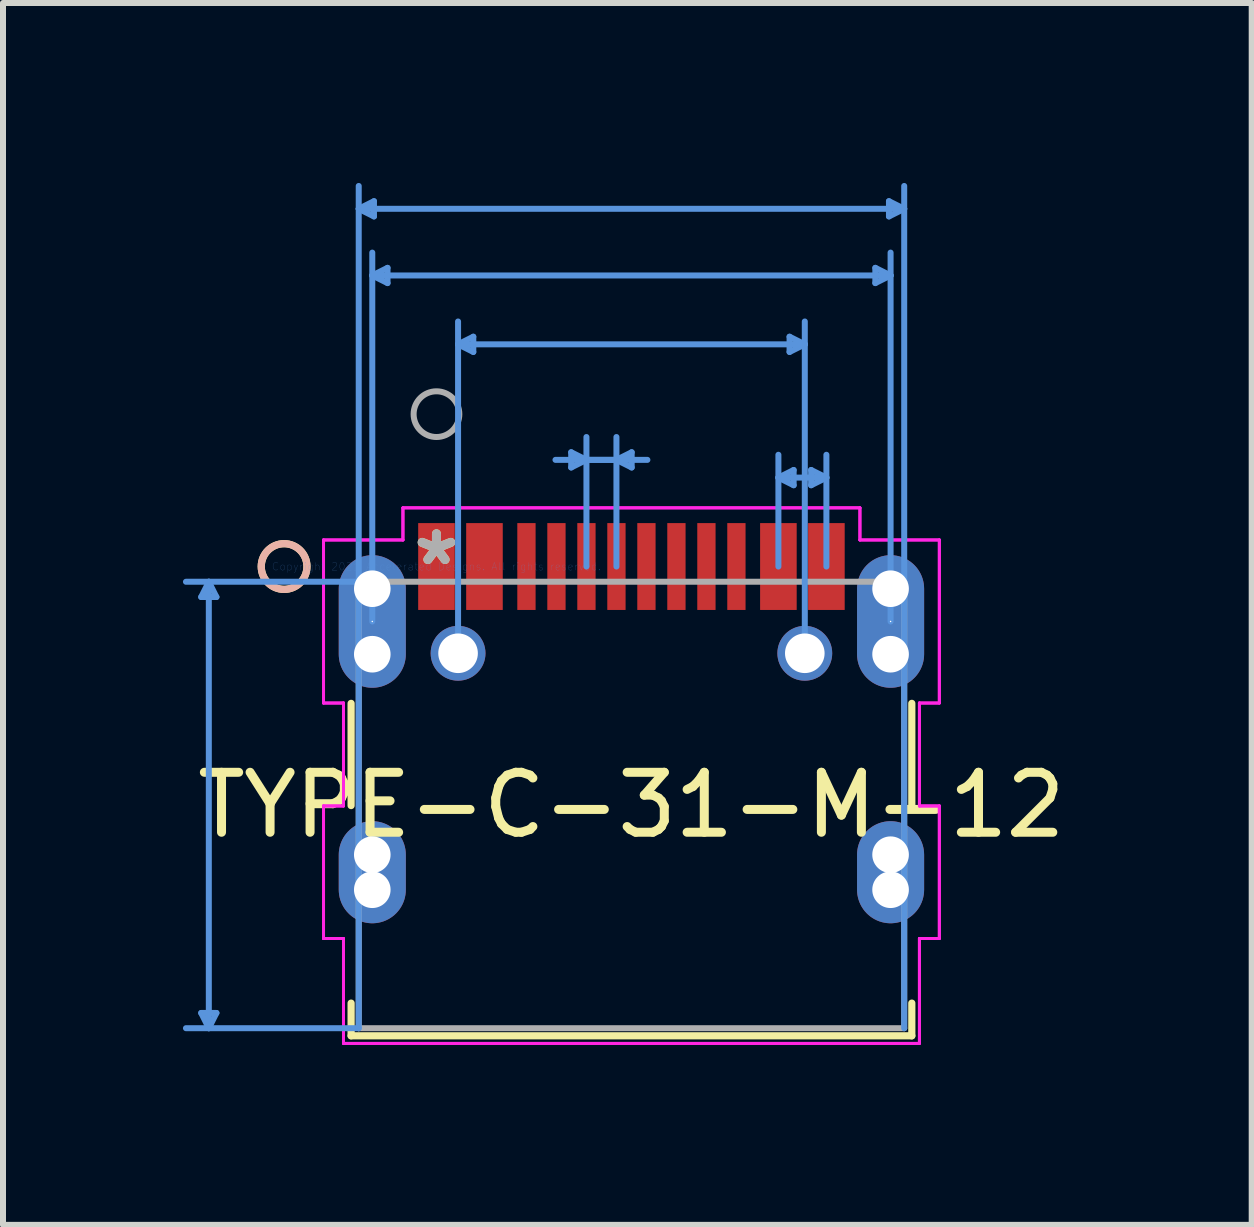
<source format=kicad_pcb>
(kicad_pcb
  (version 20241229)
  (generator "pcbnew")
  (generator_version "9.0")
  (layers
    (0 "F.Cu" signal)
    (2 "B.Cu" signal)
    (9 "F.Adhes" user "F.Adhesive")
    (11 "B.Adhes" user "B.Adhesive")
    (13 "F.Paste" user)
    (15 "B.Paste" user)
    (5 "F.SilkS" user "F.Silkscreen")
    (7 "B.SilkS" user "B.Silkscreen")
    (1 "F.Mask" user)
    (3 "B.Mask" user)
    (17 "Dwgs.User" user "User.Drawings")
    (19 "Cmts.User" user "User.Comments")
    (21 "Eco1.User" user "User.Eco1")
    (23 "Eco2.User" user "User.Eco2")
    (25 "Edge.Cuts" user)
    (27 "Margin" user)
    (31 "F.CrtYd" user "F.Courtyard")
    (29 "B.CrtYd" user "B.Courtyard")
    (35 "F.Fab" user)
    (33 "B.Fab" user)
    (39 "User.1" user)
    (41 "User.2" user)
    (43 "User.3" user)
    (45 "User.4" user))
  (footprint "TYPE-C-31-M-12"
    (layer "F.Cu")
    (at 4.226 6.394)
    (property "Reference" "TYPE-C-31-M-12" (at 3.25 3.975 0) (layer "F.SilkS") (effects (font (size 1 1) (thickness 0.15))))
    (attr through_hole)
    (fp_line (start -1.423 2.281) (end -1.423 3.985) (stroke (width 0.12) (type solid)) (layer "F.SilkS"))
    (fp_line (start -1.423 7.278) (end -1.423 7.823) (stroke (width 0.12) (type solid)) (layer "F.SilkS"))
    (fp_line (start -1.423 7.823) (end 7.924 7.823) (stroke (width 0.12) (type solid)) (layer "F.SilkS"))
    (fp_line (start 7.924 3.985) (end 7.924 2.281) (stroke (width 0.12) (type solid)) (layer "F.SilkS"))
    (fp_line (start 7.924 7.823) (end 7.924 7.278) (stroke (width 0.12) (type solid)) (layer "F.SilkS"))
    (fp_circle (center -2.54 0) (end -2.159 0) (stroke (width 0.12) (type solid)) (fill no) (layer "F.SilkS"))
    (fp_circle (center -2.54 0) (end -2.159 0) (stroke (width 0.12) (type solid)) (fill no) (layer "B.SilkS"))
    (fp_line (start -3.922 7.442) (end -3.795 7.696) (stroke (width 0.1) (type solid)) (layer "Cmts.User"))
    (fp_line (start -3.922 0.508) (end -3.795 0.254) (stroke (width 0.1) (type solid)) (layer "Cmts.User"))
    (fp_line (start -3.922 0.508) (end -3.668 0.508) (stroke (width 0.1) (type solid)) (layer "Cmts.User"))
    (fp_line (start -3.795 0.254) (end -3.795 7.696) (stroke (width 0.1) (type solid)) (layer "Cmts.User"))
    (fp_line (start -3.668 7.442) (end -3.922 7.442) (stroke (width 0.1) (type solid)) (layer "Cmts.User"))
    (fp_line (start -3.668 7.442) (end -3.795 7.696) (stroke (width 0.1) (type solid)) (layer "Cmts.User"))
    (fp_line (start -3.668 0.508) (end -3.795 0.254) (stroke (width 0.1) (type solid)) (layer "Cmts.User"))
    (fp_line (start -1.296 0.254) (end -4.176 0.254) (stroke (width 0.1) (type solid)) (layer "Cmts.User"))
    (fp_line (start -1.296 7.696) (end -4.176 7.696) (stroke (width 0.1) (type solid)) (layer "Cmts.User"))
    (fp_line (start -1.296 7.696) (end -1.296 -6.344) (stroke (width 0.1) (type solid)) (layer "Cmts.User"))
    (fp_line (start -1.07 0.916) (end -1.07 -5.233) (stroke (width 0.1) (type solid)) (layer "Cmts.User"))
    (fp_line (start -1.042 -5.836) (end -1.296 -5.963) (stroke (width 0.1) (type solid)) (layer "Cmts.User"))
    (fp_line (start -1.042 -5.836) (end -1.042 -6.09) (stroke (width 0.1) (type solid)) (layer "Cmts.User"))
    (fp_line (start -1.042 -6.09) (end -1.296 -5.963) (stroke (width 0.1) (type solid)) (layer "Cmts.User"))
    (fp_line (start -0.816 -4.725) (end -1.07 -4.852) (stroke (width 0.1) (type solid)) (layer "Cmts.User"))
    (fp_line (start -0.816 -4.725) (end -0.816 -4.979) (stroke (width 0.1) (type solid)) (layer "Cmts.User"))
    (fp_line (start -0.816 -4.979) (end -1.07 -4.852) (stroke (width 0.1) (type solid)) (layer "Cmts.User"))
    (fp_line (start 0.36 -3.704) (end 6.14 -3.704) (stroke (width 0.1) (type solid)) (layer "Cmts.User"))
    (fp_line (start 0.36 1.446) (end 0.36 -4.085) (stroke (width 0.1) (type solid)) (layer "Cmts.User"))
    (fp_line (start 0.614 -3.577) (end 0.36 -3.704) (stroke (width 0.1) (type solid)) (layer "Cmts.User"))
    (fp_line (start 0.614 -3.577) (end 0.614 -3.831) (stroke (width 0.1) (type solid)) (layer "Cmts.User"))
    (fp_line (start 0.614 -3.831) (end 0.36 -3.704) (stroke (width 0.1) (type solid)) (layer "Cmts.User"))
    (fp_line (start 1.984 -1.778) (end 3 -1.778) (stroke (width 0.1) (type solid)) (layer "Cmts.User"))
    (fp_line (start 2.246 -1.905) (end 2.246 -1.651) (stroke (width 0.1) (type solid)) (layer "Cmts.User"))
    (fp_line (start 2.246 -1.905) (end 2.5 -1.778) (stroke (width 0.1) (type solid)) (layer "Cmts.User"))
    (fp_line (start 2.246 -1.651) (end 2.5 -1.778) (stroke (width 0.1) (type solid)) (layer "Cmts.User"))
    (fp_line (start 2.5 0) (end 2.5 -2.159) (stroke (width 0.1) (type solid)) (layer "Cmts.User"))
    (fp_line (start 3 0) (end 3 -2.159) (stroke (width 0.1) (type solid)) (layer "Cmts.User"))
    (fp_line (start 3.254 -1.905) (end 3 -1.778) (stroke (width 0.1) (type solid)) (layer "Cmts.User"))
    (fp_line (start 3.254 -1.651) (end 3 -1.778) (stroke (width 0.1) (type solid)) (layer "Cmts.User"))
    (fp_line (start 3.254 -1.651) (end 3.254 -1.905) (stroke (width 0.1) (type solid)) (layer "Cmts.User"))
    (fp_line (start 3.516 -1.778) (end 2.5 -1.778) (stroke (width 0.1) (type solid)) (layer "Cmts.User"))
    (fp_line (start 5.7 0) (end 5.7 -1.863) (stroke (width 0.1) (type solid)) (layer "Cmts.User"))
    (fp_line (start 5.886 -3.831) (end 5.886 -3.577) (stroke (width 0.1) (type solid)) (layer "Cmts.User"))
    (fp_line (start 5.886 -3.831) (end 6.14 -3.704) (stroke (width 0.1) (type solid)) (layer "Cmts.User"))
    (fp_line (start 5.886 -3.577) (end 6.14 -3.704) (stroke (width 0.1) (type solid)) (layer "Cmts.User"))
    (fp_line (start 5.954 -1.609) (end 5.7 -1.482) (stroke (width 0.1) (type solid)) (layer "Cmts.User"))
    (fp_line (start 5.954 -1.355) (end 5.7 -1.482) (stroke (width 0.1) (type solid)) (layer "Cmts.User"))
    (fp_line (start 5.954 -1.355) (end 5.954 -1.609) (stroke (width 0.1) (type solid)) (layer "Cmts.User"))
    (fp_line (start 6.14 1.446) (end 6.14 -4.085) (stroke (width 0.1) (type solid)) (layer "Cmts.User"))
    (fp_line (start 6.246 -1.609) (end 6.246 -1.355) (stroke (width 0.1) (type solid)) (layer "Cmts.User"))
    (fp_line (start 6.246 -1.609) (end 6.5 -1.482) (stroke (width 0.1) (type solid)) (layer "Cmts.User"))
    (fp_line (start 6.246 -1.355) (end 6.5 -1.482) (stroke (width 0.1) (type solid)) (layer "Cmts.User"))
    (fp_line (start 6.5 -1.482) (end 5.7 -1.482) (stroke (width 0.1) (type solid)) (layer "Cmts.User"))
    (fp_line (start 6.5 0) (end 6.5 -1.863) (stroke (width 0.1) (type solid)) (layer "Cmts.User"))
    (fp_line (start 7.316 -4.979) (end 7.316 -4.725) (stroke (width 0.1) (type solid)) (layer "Cmts.User"))
    (fp_line (start 7.316 -4.979) (end 7.57 -4.852) (stroke (width 0.1) (type solid)) (layer "Cmts.User"))
    (fp_line (start 7.316 -4.725) (end 7.57 -4.852) (stroke (width 0.1) (type solid)) (layer "Cmts.User"))
    (fp_line (start 7.543 -6.09) (end 7.543 -5.836) (stroke (width 0.1) (type solid)) (layer "Cmts.User"))
    (fp_line (start 7.543 -6.09) (end 7.797 -5.963) (stroke (width 0.1) (type solid)) (layer "Cmts.User"))
    (fp_line (start 7.543 -5.836) (end 7.797 -5.963) (stroke (width 0.1) (type solid)) (layer "Cmts.User"))
    (fp_line (start 7.57 -4.852) (end -1.07 -4.852) (stroke (width 0.1) (type solid)) (layer "Cmts.User"))
    (fp_line (start 7.57 0.916) (end 7.57 -5.233) (stroke (width 0.1) (type solid)) (layer "Cmts.User"))
    (fp_line (start 7.797 -5.963) (end -1.296 -5.963) (stroke (width 0.1) (type solid)) (layer "Cmts.User"))
    (fp_line (start 7.797 7.696) (end 7.797 -6.344) (stroke (width 0.1) (type solid)) (layer "Cmts.User"))
    (fp_line (start -1.883 -0.443) (end -1.883 2.275) (stroke (width 0.05) (type solid)) (layer "F.CrtYd"))
    (fp_line (start -1.883 -0.443) (end -1.883 2.275) (stroke (width 0.05) (type solid)) (layer "F.CrtYd"))
    (fp_line (start -1.883 2.275) (end -1.55 2.275) (stroke (width 0.05) (type solid)) (layer "F.CrtYd"))
    (fp_line (start -1.883 2.275) (end -1.55 2.275) (stroke (width 0.05) (type solid)) (layer "F.CrtYd"))
    (fp_line (start -1.883 3.991) (end -1.883 6.201) (stroke (width 0.05) (type solid)) (layer "F.CrtYd"))
    (fp_line (start -1.883 3.991) (end -1.883 6.201) (stroke (width 0.05) (type solid)) (layer "F.CrtYd"))
    (fp_line (start -1.883 6.201) (end -1.55 6.201) (stroke (width 0.05) (type solid)) (layer "F.CrtYd"))
    (fp_line (start -1.883 6.201) (end -1.55 6.201) (stroke (width 0.05) (type solid)) (layer "F.CrtYd"))
    (fp_line (start -1.55 2.275) (end -1.55 3.991) (stroke (width 0.05) (type solid)) (layer "F.CrtYd"))
    (fp_line (start -1.55 2.275) (end -1.55 3.991) (stroke (width 0.05) (type solid)) (layer "F.CrtYd"))
    (fp_line (start -1.55 3.991) (end -1.883 3.991) (stroke (width 0.05) (type solid)) (layer "F.CrtYd"))
    (fp_line (start -1.55 3.991) (end -1.883 3.991) (stroke (width 0.05) (type solid)) (layer "F.CrtYd"))
    (fp_line (start -1.55 6.201) (end -1.55 7.95) (stroke (width 0.05) (type solid)) (layer "F.CrtYd"))
    (fp_line (start -1.55 6.201) (end -1.55 7.95) (stroke (width 0.05) (type solid)) (layer "F.CrtYd"))
    (fp_line (start -1.55 7.95) (end 8.051 7.95) (stroke (width 0.05) (type solid)) (layer "F.CrtYd"))
    (fp_line (start -1.55 7.95) (end 8.051 7.95) (stroke (width 0.05) (type solid)) (layer "F.CrtYd"))
    (fp_line (start -0.559 -0.978) (end -0.559 -0.443) (stroke (width 0.05) (type solid)) (layer "F.CrtYd"))
    (fp_line (start -0.559 -0.978) (end -0.559 -0.443) (stroke (width 0.05) (type solid)) (layer "F.CrtYd"))
    (fp_line (start -0.559 -0.443) (end -1.883 -0.443) (stroke (width 0.05) (type solid)) (layer "F.CrtYd"))
    (fp_line (start -0.559 -0.443) (end -1.883 -0.443) (stroke (width 0.05) (type solid)) (layer "F.CrtYd"))
    (fp_line (start 7.059 -0.978) (end -0.559 -0.978) (stroke (width 0.05) (type solid)) (layer "F.CrtYd"))
    (fp_line (start 7.059 -0.978) (end -0.559 -0.978) (stroke (width 0.05) (type solid)) (layer "F.CrtYd"))
    (fp_line (start 7.059 -0.443) (end 7.059 -0.978) (stroke (width 0.05) (type solid)) (layer "F.CrtYd"))
    (fp_line (start 7.059 -0.443) (end 7.059 -0.978) (stroke (width 0.05) (type solid)) (layer "F.CrtYd"))
    (fp_line (start 8.051 2.275) (end 8.383 2.275) (stroke (width 0.05) (type solid)) (layer "F.CrtYd"))
    (fp_line (start 8.051 2.275) (end 8.383 2.275) (stroke (width 0.05) (type solid)) (layer "F.CrtYd"))
    (fp_line (start 8.051 3.991) (end 8.051 2.275) (stroke (width 0.05) (type solid)) (layer "F.CrtYd"))
    (fp_line (start 8.051 3.991) (end 8.051 2.275) (stroke (width 0.05) (type solid)) (layer "F.CrtYd"))
    (fp_line (start 8.051 6.201) (end 8.383 6.201) (stroke (width 0.05) (type solid)) (layer "F.CrtYd"))
    (fp_line (start 8.051 6.201) (end 8.383 6.201) (stroke (width 0.05) (type solid)) (layer "F.CrtYd"))
    (fp_line (start 8.051 7.95) (end 8.051 6.201) (stroke (width 0.05) (type solid)) (layer "F.CrtYd"))
    (fp_line (start 8.051 7.95) (end 8.051 6.201) (stroke (width 0.05) (type solid)) (layer "F.CrtYd"))
    (fp_line (start 8.383 3.991) (end 8.051 3.991) (stroke (width 0.05) (type solid)) (layer "F.CrtYd"))
    (fp_line (start 8.383 3.991) (end 8.051 3.991) (stroke (width 0.05) (type solid)) (layer "F.CrtYd"))
    (fp_line (start 8.383 6.201) (end 8.383 3.991) (stroke (width 0.05) (type solid)) (layer "F.CrtYd"))
    (fp_line (start 8.383 6.201) (end 8.383 3.991) (stroke (width 0.05) (type solid)) (layer "F.CrtYd"))
    (fp_line (start 8.383 -0.443) (end 7.059 -0.443) (stroke (width 0.05) (type solid)) (layer "F.CrtYd"))
    (fp_line (start 8.383 -0.443) (end 7.059 -0.443) (stroke (width 0.05) (type solid)) (layer "F.CrtYd"))
    (fp_line (start 8.383 2.275) (end 8.383 -0.443) (stroke (width 0.05) (type solid)) (layer "F.CrtYd"))
    (fp_line (start 8.383 2.275) (end 8.383 -0.443) (stroke (width 0.05) (type solid)) (layer "F.CrtYd"))
    (fp_line (start -1.296 0.254) (end -1.296 7.696) (stroke (width 0.1) (type solid)) (layer "F.Fab"))
    (fp_line (start -1.296 7.696) (end 7.797 7.696) (stroke (width 0.1) (type solid)) (layer "F.Fab"))
    (fp_line (start 7.797 0.254) (end -1.296 0.254) (stroke (width 0.1) (type solid)) (layer "F.Fab"))
    (fp_line (start 7.797 7.696) (end 7.797 0.254) (stroke (width 0.1) (type solid)) (layer "F.Fab"))
    (fp_circle (center 0 -2.54) (end 0.381 -2.54) (stroke (width 0.1) (type solid)) (fill no) (layer "F.Fab"))
    (fp_text user "*" (at 0 0 0) (layer "F.SilkS") (effects (font (size 1 1) (thickness 0.15))))
    (fp_text user "Copyright 2021 Accelerated Designs. All rights reserved." (at 0 0 0) (layer "Cmts.User") (effects (font (size 0.127 0.127) (thickness 0.002))))
    (fp_text user "*" (at 0 0 0) (layer "F.Fab") (effects (font (size 1 1) (thickness 0.15))))
    (pad "" np_thru_hole circle (at -1.07 0.37) (size 0.61 0.61) (drill 0.61) (layers "*.Cu" "*.Mask"))
    (pad "" np_thru_hole circle (at -1.07 1.462) (size 0.61 0.61) (drill 0.61) (layers "*.Cu" "*.Mask"))
    (pad "" np_thru_hole circle (at -1.07 4.804) (size 0.61 0.61) (drill 0.61) (layers "*.Cu" "*.Mask"))
    (pad "" np_thru_hole circle (at -1.07 5.388) (size 0.61 0.61) (drill 0.61) (layers "*.Cu" "*.Mask"))
    (pad "" np_thru_hole circle (at 7.57 4.804) (size 0.61 0.61) (drill 0.61) (layers "*.Cu" "*.Mask"))
    (pad "" np_thru_hole circle (at 7.57 5.388) (size 0.61 0.61) (drill 0.61) (layers "*.Cu" "*.Mask"))
    (pad "" np_thru_hole circle (at 7.57 0.37) (size 0.61 0.61) (drill 0.61) (layers "*.Cu" "*.Mask"))
    (pad "" np_thru_hole circle (at 7.57 1.462) (size 0.61 0.61) (drill 0.61) (layers "*.Cu" "*.Mask"))
    (pad "13" thru_hole oval (at -1.07 0.916 90) (size 2.21 1.118) (drill 0.025) (layers "*.Cu" "*.Mask"))
    (pad "14" thru_hole oval (at 7.57 0.916 90) (size 2.21 1.118) (drill 0.025) (layers "*.Cu" "*.Mask"))
    (pad "15" thru_hole oval (at -1.07 5.096 90) (size 1.702 1.118) (drill 0.025) (layers "*.Cu" "*.Mask"))
    (pad "16" thru_hole oval (at 7.57 5.096 90) (size 1.702 1.118) (drill 0.025) (layers "*.Cu" "*.Mask"))
    (pad "17" thru_hole circle (at 0.36 1.446 90) (size 0.914 0.914) (drill 0.66) (layers "*.Cu" "*.Mask"))
    (pad "18" thru_hole circle (at 6.14 1.446 90) (size 0.914 0.914) (drill 0.66) (layers "*.Cu" "*.Mask"))
    (pad "A1-B12" smd rect (at 0 0) (size 0.61 1.448) (layers "F.Cu" "F.Mask" "F.Paste"))
    (pad "A4-B9" smd rect (at 0.8 0) (size 0.61 1.448) (layers "F.Cu" "F.Mask" "F.Paste"))
    (pad "A5" smd rect (at 2 0) (size 0.305 1.448) (layers "F.Cu" "F.Mask" "F.Paste"))
    (pad "A6" smd rect (at 3 0) (size 0.305 1.448) (layers "F.Cu" "F.Mask" "F.Paste"))
    (pad "A7" smd rect (at 3.5 0) (size 0.305 1.448) (layers "F.Cu" "F.Mask" "F.Paste"))
    (pad "A8" smd rect (at 4.5 0) (size 0.305 1.448) (layers "F.Cu" "F.Mask" "F.Paste"))
    (pad "B1-A12" smd rect (at 6.5 0) (size 0.61 1.448) (layers "F.Cu" "F.Mask" "F.Paste"))
    (pad "B4-A9" smd rect (at 5.7 0) (size 0.61 1.448) (layers "F.Cu" "F.Mask" "F.Paste"))
    (pad "B5" smd rect (at 5 0) (size 0.305 1.448) (layers "F.Cu" "F.Mask" "F.Paste"))
    (pad "B6" smd rect (at 4 0) (size 0.305 1.448) (layers "F.Cu" "F.Mask" "F.Paste"))
    (pad "B7" smd rect (at 2.5 0) (size 0.305 1.448) (layers "F.Cu" "F.Mask" "F.Paste"))
    (pad "B8" smd rect (at 1.5 0) (size 0.305 1.448) (layers "F.Cu" "F.Mask" "F.Paste")))
  (gr_rect
    (start -3 -3)
    (end 17.816 17.369)
    (stroke (width 0.1) (type default))
    (fill no)
    (layer "Edge.Cuts")))
</source>
